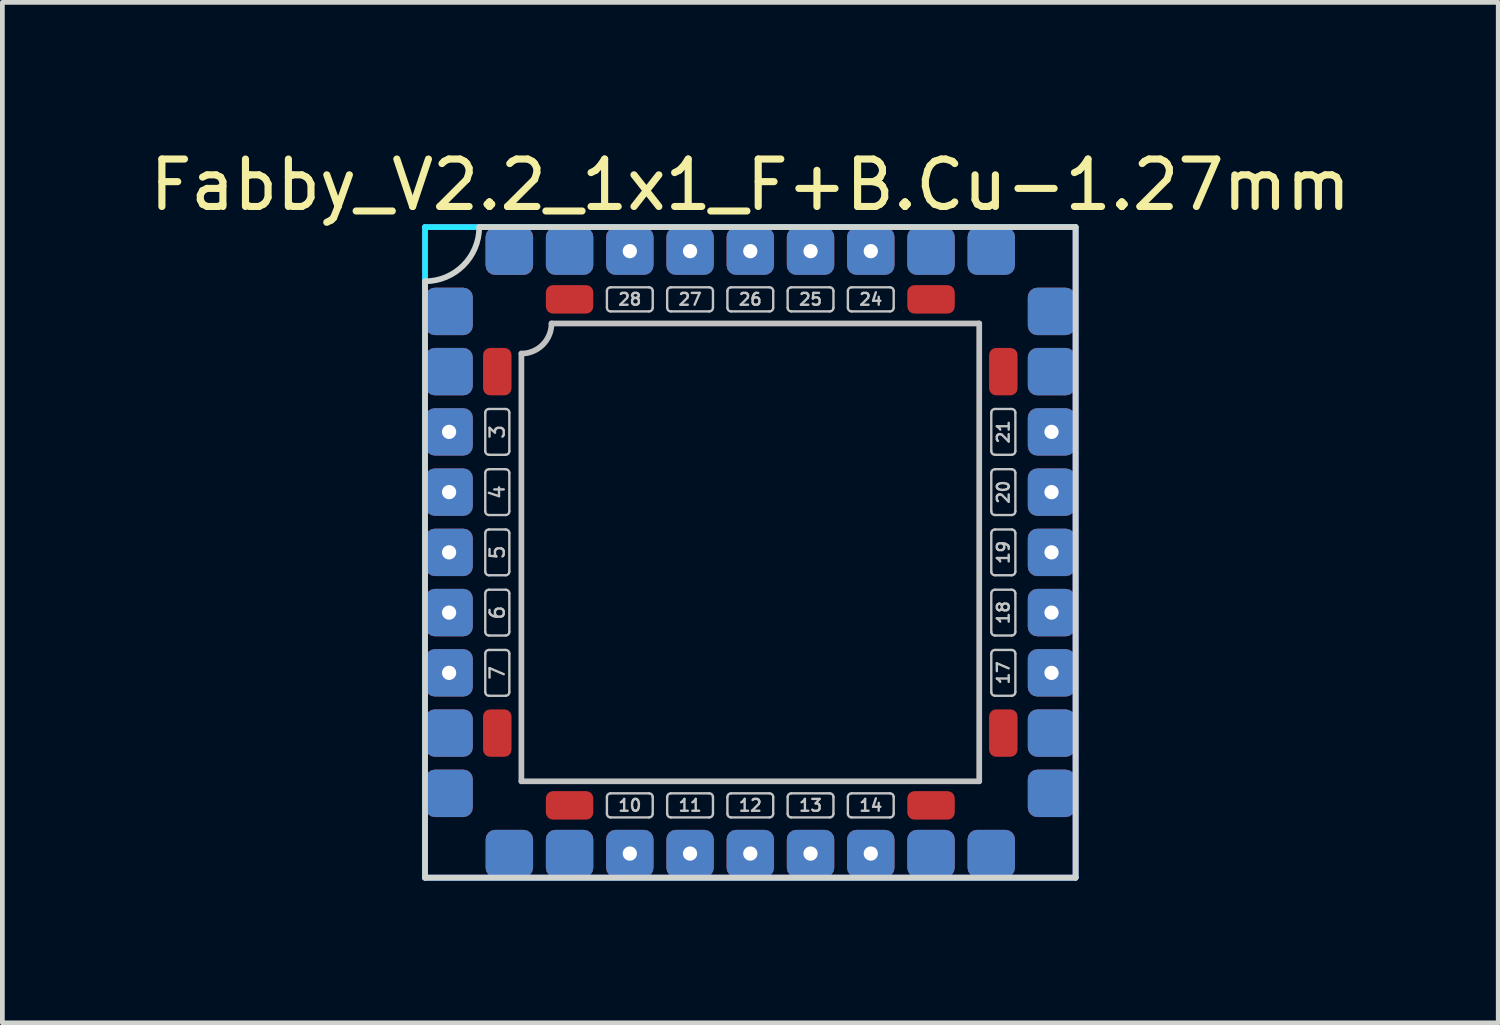
<source format=kicad_pcb>
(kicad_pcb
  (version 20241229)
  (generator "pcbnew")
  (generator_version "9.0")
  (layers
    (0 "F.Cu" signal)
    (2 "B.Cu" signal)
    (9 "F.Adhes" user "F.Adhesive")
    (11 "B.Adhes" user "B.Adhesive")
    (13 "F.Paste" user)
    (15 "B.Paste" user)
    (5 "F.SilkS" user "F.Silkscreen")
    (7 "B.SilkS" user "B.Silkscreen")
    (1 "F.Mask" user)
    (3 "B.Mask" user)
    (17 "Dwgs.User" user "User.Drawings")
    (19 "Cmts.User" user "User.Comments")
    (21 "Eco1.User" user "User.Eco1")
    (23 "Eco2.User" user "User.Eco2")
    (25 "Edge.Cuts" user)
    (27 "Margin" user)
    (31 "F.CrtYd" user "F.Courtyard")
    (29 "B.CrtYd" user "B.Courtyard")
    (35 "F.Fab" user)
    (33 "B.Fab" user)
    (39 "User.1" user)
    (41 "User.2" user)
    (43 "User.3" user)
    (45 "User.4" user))
  (footprint "Fabby_V2.2_1x1_F+B.Cu-1.27mm"
    (layer "F.Cu")
    (at 12.768 8.595)
    (property "Reference" "Fabby_V2.2_1x1_F+B.Cu-1.27mm" (at 0 -7.747 0) (layer "F.SilkS") (effects (font (size 1 1) (thickness 0.15))))
    (attr through_hole)
    (fp_line (start -5.588 -2.134) (end -5.588 -2.946) (stroke (width 0.05) (type solid)) (layer "Dwgs.User"))
    (fp_line (start -5.588 -0.864) (end -5.588 -1.676) (stroke (width 0.05) (type solid)) (layer "Dwgs.User"))
    (fp_line (start -5.588 0.406) (end -5.588 -0.406) (stroke (width 0.05) (type solid)) (layer "Dwgs.User"))
    (fp_line (start -5.588 1.676) (end -5.588 0.864) (stroke (width 0.05) (type solid)) (layer "Dwgs.User"))
    (fp_line (start -5.588 2.946) (end -5.588 2.134) (stroke (width 0.05) (type solid)) (layer "Dwgs.User"))
    (fp_line (start -5.512 -3.023) (end -5.156 -3.023) (stroke (width 0.05) (type solid)) (layer "Dwgs.User"))
    (fp_line (start -5.512 -2.057) (end -5.156 -2.057) (stroke (width 0.05) (type solid)) (layer "Dwgs.User"))
    (fp_line (start -5.512 -1.753) (end -5.156 -1.753) (stroke (width 0.05) (type solid)) (layer "Dwgs.User"))
    (fp_line (start -5.512 -0.787) (end -5.156 -0.787) (stroke (width 0.05) (type solid)) (layer "Dwgs.User"))
    (fp_line (start -5.512 -0.483) (end -5.156 -0.483) (stroke (width 0.05) (type solid)) (layer "Dwgs.User"))
    (fp_line (start -5.512 0.483) (end -5.156 0.483) (stroke (width 0.05) (type solid)) (layer "Dwgs.User"))
    (fp_line (start -5.512 0.787) (end -5.156 0.787) (stroke (width 0.05) (type solid)) (layer "Dwgs.User"))
    (fp_line (start -5.512 1.753) (end -5.156 1.753) (stroke (width 0.05) (type solid)) (layer "Dwgs.User"))
    (fp_line (start -5.512 2.057) (end -5.156 2.057) (stroke (width 0.05) (type solid)) (layer "Dwgs.User"))
    (fp_line (start -5.512 3.023) (end -5.156 3.023) (stroke (width 0.05) (type solid)) (layer "Dwgs.User"))
    (fp_line (start -5.08 -2.134) (end -5.08 -2.946) (stroke (width 0.05) (type solid)) (layer "Dwgs.User"))
    (fp_line (start -5.08 -0.864) (end -5.08 -1.676) (stroke (width 0.05) (type solid)) (layer "Dwgs.User"))
    (fp_line (start -5.08 0.406) (end -5.08 -0.406) (stroke (width 0.05) (type solid)) (layer "Dwgs.User"))
    (fp_line (start -5.08 1.676) (end -5.08 0.864) (stroke (width 0.05) (type solid)) (layer "Dwgs.User"))
    (fp_line (start -5.08 2.946) (end -5.08 2.134) (stroke (width 0.05) (type solid)) (layer "Dwgs.User"))
    (fp_line (start -4.826 4.826) (end -4.826 -4.191) (stroke (width 0.12) (type solid)) (layer "Dwgs.User"))
    (fp_line (start -4.191 -4.826) (end 4.826 -4.826) (stroke (width 0.12) (type solid)) (layer "Dwgs.User"))
    (fp_line (start -3.023 -5.156) (end -3.023 -5.512) (stroke (width 0.05) (type solid)) (layer "Dwgs.User"))
    (fp_line (start -3.023 5.512) (end -3.023 5.156) (stroke (width 0.05) (type solid)) (layer "Dwgs.User"))
    (fp_line (start -2.134 -5.588) (end -2.946 -5.588) (stroke (width 0.05) (type solid)) (layer "Dwgs.User"))
    (fp_line (start -2.134 -5.08) (end -2.946 -5.08) (stroke (width 0.05) (type solid)) (layer "Dwgs.User"))
    (fp_line (start -2.134 5.08) (end -2.946 5.08) (stroke (width 0.05) (type solid)) (layer "Dwgs.User"))
    (fp_line (start -2.134 5.588) (end -2.946 5.588) (stroke (width 0.05) (type solid)) (layer "Dwgs.User"))
    (fp_line (start -2.057 -5.156) (end -2.057 -5.512) (stroke (width 0.05) (type solid)) (layer "Dwgs.User"))
    (fp_line (start -2.057 5.512) (end -2.057 5.156) (stroke (width 0.05) (type solid)) (layer "Dwgs.User"))
    (fp_line (start -1.753 -5.156) (end -1.753 -5.512) (stroke (width 0.05) (type solid)) (layer "Dwgs.User"))
    (fp_line (start -1.753 5.512) (end -1.753 5.156) (stroke (width 0.05) (type solid)) (layer "Dwgs.User"))
    (fp_line (start -0.864 -5.588) (end -1.676 -5.588) (stroke (width 0.05) (type solid)) (layer "Dwgs.User"))
    (fp_line (start -0.864 -5.08) (end -1.676 -5.08) (stroke (width 0.05) (type solid)) (layer "Dwgs.User"))
    (fp_line (start -0.864 5.08) (end -1.676 5.08) (stroke (width 0.05) (type solid)) (layer "Dwgs.User"))
    (fp_line (start -0.864 5.588) (end -1.676 5.588) (stroke (width 0.05) (type solid)) (layer "Dwgs.User"))
    (fp_line (start -0.787 -5.156) (end -0.787 -5.512) (stroke (width 0.05) (type solid)) (layer "Dwgs.User"))
    (fp_line (start -0.787 5.512) (end -0.787 5.156) (stroke (width 0.05) (type solid)) (layer "Dwgs.User"))
    (fp_line (start -0.483 -5.156) (end -0.483 -5.512) (stroke (width 0.05) (type solid)) (layer "Dwgs.User"))
    (fp_line (start -0.483 5.512) (end -0.483 5.156) (stroke (width 0.05) (type solid)) (layer "Dwgs.User"))
    (fp_line (start 0.406 -5.588) (end -0.406 -5.588) (stroke (width 0.05) (type solid)) (layer "Dwgs.User"))
    (fp_line (start 0.406 -5.08) (end -0.406 -5.08) (stroke (width 0.05) (type solid)) (layer "Dwgs.User"))
    (fp_line (start 0.406 5.08) (end -0.406 5.08) (stroke (width 0.05) (type solid)) (layer "Dwgs.User"))
    (fp_line (start 0.406 5.588) (end -0.406 5.588) (stroke (width 0.05) (type solid)) (layer "Dwgs.User"))
    (fp_line (start 0.483 -5.156) (end 0.483 -5.512) (stroke (width 0.05) (type solid)) (layer "Dwgs.User"))
    (fp_line (start 0.483 5.512) (end 0.483 5.156) (stroke (width 0.05) (type solid)) (layer "Dwgs.User"))
    (fp_line (start 0.787 -5.156) (end 0.787 -5.512) (stroke (width 0.05) (type solid)) (layer "Dwgs.User"))
    (fp_line (start 0.787 5.512) (end 0.787 5.156) (stroke (width 0.05) (type solid)) (layer "Dwgs.User"))
    (fp_line (start 1.676 -5.588) (end 0.864 -5.588) (stroke (width 0.05) (type solid)) (layer "Dwgs.User"))
    (fp_line (start 1.676 -5.08) (end 0.864 -5.08) (stroke (width 0.05) (type solid)) (layer "Dwgs.User"))
    (fp_line (start 1.676 5.08) (end 0.864 5.08) (stroke (width 0.05) (type solid)) (layer "Dwgs.User"))
    (fp_line (start 1.676 5.588) (end 0.864 5.588) (stroke (width 0.05) (type solid)) (layer "Dwgs.User"))
    (fp_line (start 1.753 -5.156) (end 1.753 -5.512) (stroke (width 0.05) (type solid)) (layer "Dwgs.User"))
    (fp_line (start 1.753 5.512) (end 1.753 5.156) (stroke (width 0.05) (type solid)) (layer "Dwgs.User"))
    (fp_line (start 2.057 -5.156) (end 2.057 -5.512) (stroke (width 0.05) (type solid)) (layer "Dwgs.User"))
    (fp_line (start 2.057 5.512) (end 2.057 5.156) (stroke (width 0.05) (type solid)) (layer "Dwgs.User"))
    (fp_line (start 2.946 -5.588) (end 2.134 -5.588) (stroke (width 0.05) (type solid)) (layer "Dwgs.User"))
    (fp_line (start 2.946 -5.08) (end 2.134 -5.08) (stroke (width 0.05) (type solid)) (layer "Dwgs.User"))
    (fp_line (start 2.946 5.08) (end 2.134 5.08) (stroke (width 0.05) (type solid)) (layer "Dwgs.User"))
    (fp_line (start 2.946 5.588) (end 2.134 5.588) (stroke (width 0.05) (type solid)) (layer "Dwgs.User"))
    (fp_line (start 3.023 -5.156) (end 3.023 -5.512) (stroke (width 0.05) (type solid)) (layer "Dwgs.User"))
    (fp_line (start 3.023 5.512) (end 3.023 5.156) (stroke (width 0.05) (type solid)) (layer "Dwgs.User"))
    (fp_line (start 4.826 -4.826) (end 4.826 4.826) (stroke (width 0.12) (type solid)) (layer "Dwgs.User"))
    (fp_line (start 4.826 4.826) (end -4.826 4.826) (stroke (width 0.12) (type solid)) (layer "Dwgs.User"))
    (fp_line (start 5.08 -2.134) (end 5.08 -2.946) (stroke (width 0.05) (type solid)) (layer "Dwgs.User"))
    (fp_line (start 5.08 -0.864) (end 5.08 -1.676) (stroke (width 0.05) (type solid)) (layer "Dwgs.User"))
    (fp_line (start 5.08 0.406) (end 5.08 -0.406) (stroke (width 0.05) (type solid)) (layer "Dwgs.User"))
    (fp_line (start 5.08 1.676) (end 5.08 0.864) (stroke (width 0.05) (type solid)) (layer "Dwgs.User"))
    (fp_line (start 5.08 2.946) (end 5.08 2.134) (stroke (width 0.05) (type solid)) (layer "Dwgs.User"))
    (fp_line (start 5.156 -3.023) (end 5.512 -3.023) (stroke (width 0.05) (type solid)) (layer "Dwgs.User"))
    (fp_line (start 5.156 -2.057) (end 5.512 -2.057) (stroke (width 0.05) (type solid)) (layer "Dwgs.User"))
    (fp_line (start 5.156 -1.753) (end 5.512 -1.753) (stroke (width 0.05) (type solid)) (layer "Dwgs.User"))
    (fp_line (start 5.156 -0.787) (end 5.512 -0.787) (stroke (width 0.05) (type solid)) (layer "Dwgs.User"))
    (fp_line (start 5.156 -0.483) (end 5.512 -0.483) (stroke (width 0.05) (type solid)) (layer "Dwgs.User"))
    (fp_line (start 5.156 0.483) (end 5.512 0.483) (stroke (width 0.05) (type solid)) (layer "Dwgs.User"))
    (fp_line (start 5.156 0.787) (end 5.512 0.787) (stroke (width 0.05) (type solid)) (layer "Dwgs.User"))
    (fp_line (start 5.156 1.753) (end 5.512 1.753) (stroke (width 0.05) (type solid)) (layer "Dwgs.User"))
    (fp_line (start 5.156 2.057) (end 5.512 2.057) (stroke (width 0.05) (type solid)) (layer "Dwgs.User"))
    (fp_line (start 5.156 3.023) (end 5.512 3.023) (stroke (width 0.05) (type solid)) (layer "Dwgs.User"))
    (fp_line (start 5.588 -2.134) (end 5.588 -2.946) (stroke (width 0.05) (type solid)) (layer "Dwgs.User"))
    (fp_line (start 5.588 -0.864) (end 5.588 -1.676) (stroke (width 0.05) (type solid)) (layer "Dwgs.User"))
    (fp_line (start 5.588 0.406) (end 5.588 -0.406) (stroke (width 0.05) (type solid)) (layer "Dwgs.User"))
    (fp_line (start 5.588 1.676) (end 5.588 0.864) (stroke (width 0.05) (type solid)) (layer "Dwgs.User"))
    (fp_line (start 5.588 2.946) (end 5.588 2.134) (stroke (width 0.05) (type solid)) (layer "Dwgs.User"))
    (fp_arc (start -5.588 -2.9464) (mid -5.565682 -3.000282) (end -5.5118 -3.0226) (stroke (width 0.05) (type solid)) (layer "Dwgs.User"))
    (fp_arc (start -5.588 -1.6764) (mid -5.565682 -1.730282) (end -5.5118 -1.7526) (stroke (width 0.05) (type solid)) (layer "Dwgs.User"))
    (fp_arc (start -5.588 -0.4064) (mid -5.565682 -0.460282) (end -5.5118 -0.4826) (stroke (width 0.05) (type solid)) (layer "Dwgs.User"))
    (fp_arc (start -5.588 0.8636) (mid -5.565682 0.809718) (end -5.5118 0.7874) (stroke (width 0.05) (type solid)) (layer "Dwgs.User"))
    (fp_arc (start -5.588 2.1336) (mid -5.565682 2.079718) (end -5.5118 2.0574) (stroke (width 0.05) (type solid)) (layer "Dwgs.User"))
    (fp_arc (start -5.5118 -2.0574) (mid -5.565682 -2.079718) (end -5.588 -2.1336) (stroke (width 0.05) (type solid)) (layer "Dwgs.User"))
    (fp_arc (start -5.5118 -0.7874) (mid -5.565682 -0.809718) (end -5.588 -0.8636) (stroke (width 0.05) (type solid)) (layer "Dwgs.User"))
    (fp_arc (start -5.5118 0.4826) (mid -5.565682 0.460282) (end -5.588 0.4064) (stroke (width 0.05) (type solid)) (layer "Dwgs.User"))
    (fp_arc (start -5.5118 1.7526) (mid -5.565682 1.730282) (end -5.588 1.6764) (stroke (width 0.05) (type solid)) (layer "Dwgs.User"))
    (fp_arc (start -5.5118 3.0226) (mid -5.565682 3.000282) (end -5.588 2.9464) (stroke (width 0.05) (type solid)) (layer "Dwgs.User"))
    (fp_arc (start -5.1562 -3.0226) (mid -5.102318 -3.000282) (end -5.08 -2.9464) (stroke (width 0.05) (type solid)) (layer "Dwgs.User"))
    (fp_arc (start -5.1562 -1.7526) (mid -5.102318 -1.730282) (end -5.08 -1.6764) (stroke (width 0.05) (type solid)) (layer "Dwgs.User"))
    (fp_arc (start -5.1562 -0.4826) (mid -5.102318 -0.460282) (end -5.08 -0.4064) (stroke (width 0.05) (type solid)) (layer "Dwgs.User"))
    (fp_arc (start -5.1562 0.7874) (mid -5.102318 0.809718) (end -5.08 0.8636) (stroke (width 0.05) (type solid)) (layer "Dwgs.User"))
    (fp_arc (start -5.1562 2.0574) (mid -5.102318 2.079718) (end -5.08 2.1336) (stroke (width 0.05) (type solid)) (layer "Dwgs.User"))
    (fp_arc (start -5.08 -2.1336) (mid -5.102318 -2.079718) (end -5.1562 -2.0574) (stroke (width 0.05) (type solid)) (layer "Dwgs.User"))
    (fp_arc (start -5.08 -0.8636) (mid -5.102318 -0.809718) (end -5.1562 -0.7874) (stroke (width 0.05) (type solid)) (layer "Dwgs.User"))
    (fp_arc (start -5.08 0.4064) (mid -5.102318 0.460282) (end -5.1562 0.4826) (stroke (width 0.05) (type solid)) (layer "Dwgs.User"))
    (fp_arc (start -5.08 1.6764) (mid -5.102318 1.730282) (end -5.1562 1.7526) (stroke (width 0.05) (type solid)) (layer "Dwgs.User"))
    (fp_arc (start -5.08 2.9464) (mid -5.102318 3.000282) (end -5.1562 3.0226) (stroke (width 0.05) (type solid)) (layer "Dwgs.User"))
    (fp_arc (start -4.191 -4.826) (mid -4.376987 -4.376987) (end -4.826 -4.191) (stroke (width 0.12) (type solid)) (layer "Dwgs.User"))
    (fp_arc (start -3.0226 -5.5118) (mid -3.000282 -5.565682) (end -2.9464 -5.588) (stroke (width 0.05) (type solid)) (layer "Dwgs.User"))
    (fp_arc (start -3.0226 5.1562) (mid -3.000282 5.102318) (end -2.9464 5.08) (stroke (width 0.05) (type solid)) (layer "Dwgs.User"))
    (fp_arc (start -2.9464 -5.08) (mid -3.000282 -5.102318) (end -3.0226 -5.1562) (stroke (width 0.05) (type solid)) (layer "Dwgs.User"))
    (fp_arc (start -2.9464 5.588) (mid -3.000282 5.565682) (end -3.0226 5.5118) (stroke (width 0.05) (type solid)) (layer "Dwgs.User"))
    (fp_arc (start -2.1336 -5.588) (mid -2.079718 -5.565682) (end -2.0574 -5.5118) (stroke (width 0.05) (type solid)) (layer "Dwgs.User"))
    (fp_arc (start -2.1336 5.08) (mid -2.079718 5.102318) (end -2.0574 5.1562) (stroke (width 0.05) (type solid)) (layer "Dwgs.User"))
    (fp_arc (start -2.0574 -5.1562) (mid -2.079718 -5.102318) (end -2.1336 -5.08) (stroke (width 0.05) (type solid)) (layer "Dwgs.User"))
    (fp_arc (start -2.0574 5.5118) (mid -2.079718 5.565682) (end -2.1336 5.588) (stroke (width 0.05) (type solid)) (layer "Dwgs.User"))
    (fp_arc (start -1.7526 -5.5118) (mid -1.730282 -5.565682) (end -1.6764 -5.588) (stroke (width 0.05) (type solid)) (layer "Dwgs.User"))
    (fp_arc (start -1.7526 5.1562) (mid -1.730282 5.102318) (end -1.6764 5.08) (stroke (width 0.05) (type solid)) (layer "Dwgs.User"))
    (fp_arc (start -1.6764 -5.08) (mid -1.730282 -5.102318) (end -1.7526 -5.1562) (stroke (width 0.05) (type solid)) (layer "Dwgs.User"))
    (fp_arc (start -1.6764 5.588) (mid -1.730282 5.565682) (end -1.7526 5.5118) (stroke (width 0.05) (type solid)) (layer "Dwgs.User"))
    (fp_arc (start -0.8636 -5.588) (mid -0.809718 -5.565682) (end -0.7874 -5.5118) (stroke (width 0.05) (type solid)) (layer "Dwgs.User"))
    (fp_arc (start -0.8636 5.08) (mid -0.809718 5.102318) (end -0.7874 5.1562) (stroke (width 0.05) (type solid)) (layer "Dwgs.User"))
    (fp_arc (start -0.7874 -5.1562) (mid -0.809718 -5.102318) (end -0.8636 -5.08) (stroke (width 0.05) (type solid)) (layer "Dwgs.User"))
    (fp_arc (start -0.7874 5.5118) (mid -0.809718 5.565682) (end -0.8636 5.588) (stroke (width 0.05) (type solid)) (layer "Dwgs.User"))
    (fp_arc (start -0.4826 -5.5118) (mid -0.460282 -5.565682) (end -0.4064 -5.588) (stroke (width 0.05) (type solid)) (layer "Dwgs.User"))
    (fp_arc (start -0.4826 5.1562) (mid -0.460282 5.102318) (end -0.4064 5.08) (stroke (width 0.05) (type solid)) (layer "Dwgs.User"))
    (fp_arc (start -0.4064 -5.08) (mid -0.460282 -5.102318) (end -0.4826 -5.1562) (stroke (width 0.05) (type solid)) (layer "Dwgs.User"))
    (fp_arc (start -0.4064 5.588) (mid -0.460282 5.565682) (end -0.4826 5.5118) (stroke (width 0.05) (type solid)) (layer "Dwgs.User"))
    (fp_arc (start 0.4064 -5.588) (mid 0.460282 -5.565682) (end 0.4826 -5.5118) (stroke (width 0.05) (type solid)) (layer "Dwgs.User"))
    (fp_arc (start 0.4064 5.08) (mid 0.460282 5.102318) (end 0.4826 5.1562) (stroke (width 0.05) (type solid)) (layer "Dwgs.User"))
    (fp_arc (start 0.4826 -5.1562) (mid 0.460282 -5.102318) (end 0.4064 -5.08) (stroke (width 0.05) (type solid)) (layer "Dwgs.User"))
    (fp_arc (start 0.4826 5.5118) (mid 0.460282 5.565682) (end 0.4064 5.588) (stroke (width 0.05) (type solid)) (layer "Dwgs.User"))
    (fp_arc (start 0.7874 -5.5118) (mid 0.809718 -5.565682) (end 0.8636 -5.588) (stroke (width 0.05) (type solid)) (layer "Dwgs.User"))
    (fp_arc (start 0.7874 5.1562) (mid 0.809718 5.102318) (end 0.8636 5.08) (stroke (width 0.05) (type solid)) (layer "Dwgs.User"))
    (fp_arc (start 0.8636 -5.08) (mid 0.809718 -5.102318) (end 0.7874 -5.1562) (stroke (width 0.05) (type solid)) (layer "Dwgs.User"))
    (fp_arc (start 0.8636 5.588) (mid 0.809718 5.565682) (end 0.7874 5.5118) (stroke (width 0.05) (type solid)) (layer "Dwgs.User"))
    (fp_arc (start 1.6764 -5.588) (mid 1.730282 -5.565682) (end 1.7526 -5.5118) (stroke (width 0.05) (type solid)) (layer "Dwgs.User"))
    (fp_arc (start 1.6764 5.08) (mid 1.730282 5.102318) (end 1.7526 5.1562) (stroke (width 0.05) (type solid)) (layer "Dwgs.User"))
    (fp_arc (start 1.7526 -5.1562) (mid 1.730282 -5.102318) (end 1.6764 -5.08) (stroke (width 0.05) (type solid)) (layer "Dwgs.User"))
    (fp_arc (start 1.7526 5.5118) (mid 1.730282 5.565682) (end 1.6764 5.588) (stroke (width 0.05) (type solid)) (layer "Dwgs.User"))
    (fp_arc (start 2.0574 -5.5118) (mid 2.079718 -5.565682) (end 2.1336 -5.588) (stroke (width 0.05) (type solid)) (layer "Dwgs.User"))
    (fp_arc (start 2.0574 5.1562) (mid 2.079718 5.102318) (end 2.1336 5.08) (stroke (width 0.05) (type solid)) (layer "Dwgs.User"))
    (fp_arc (start 2.1336 -5.08) (mid 2.079718 -5.102318) (end 2.0574 -5.1562) (stroke (width 0.05) (type solid)) (layer "Dwgs.User"))
    (fp_arc (start 2.1336 5.588) (mid 2.079718 5.565682) (end 2.0574 5.5118) (stroke (width 0.05) (type solid)) (layer "Dwgs.User"))
    (fp_arc (start 2.9464 -5.588) (mid 3.000282 -5.565682) (end 3.0226 -5.5118) (stroke (width 0.05) (type solid)) (layer "Dwgs.User"))
    (fp_arc (start 2.9464 5.08) (mid 3.000282 5.102318) (end 3.0226 5.1562) (stroke (width 0.05) (type solid)) (layer "Dwgs.User"))
    (fp_arc (start 3.0226 -5.1562) (mid 3.000282 -5.102318) (end 2.9464 -5.08) (stroke (width 0.05) (type solid)) (layer "Dwgs.User"))
    (fp_arc (start 3.0226 5.5118) (mid 3.000282 5.565682) (end 2.9464 5.588) (stroke (width 0.05) (type solid)) (layer "Dwgs.User"))
    (fp_arc (start 5.08 -2.9464) (mid 5.102318 -3.000282) (end 5.1562 -3.0226) (stroke (width 0.05) (type solid)) (layer "Dwgs.User"))
    (fp_arc (start 5.08 -1.6764) (mid 5.102318 -1.730282) (end 5.1562 -1.7526) (stroke (width 0.05) (type solid)) (layer "Dwgs.User"))
    (fp_arc (start 5.08 -0.4064) (mid 5.102318 -0.460282) (end 5.1562 -0.4826) (stroke (width 0.05) (type solid)) (layer "Dwgs.User"))
    (fp_arc (start 5.08 0.8636) (mid 5.102318 0.809718) (end 5.1562 0.7874) (stroke (width 0.05) (type solid)) (layer "Dwgs.User"))
    (fp_arc (start 5.08 2.1336) (mid 5.102318 2.079718) (end 5.1562 2.0574) (stroke (width 0.05) (type solid)) (layer "Dwgs.User"))
    (fp_arc (start 5.1562 -2.0574) (mid 5.102318 -2.079718) (end 5.08 -2.1336) (stroke (width 0.05) (type solid)) (layer "Dwgs.User"))
    (fp_arc (start 5.1562 -0.7874) (mid 5.102318 -0.809718) (end 5.08 -0.8636) (stroke (width 0.05) (type solid)) (layer "Dwgs.User"))
    (fp_arc (start 5.1562 0.4826) (mid 5.102318 0.460282) (end 5.08 0.4064) (stroke (width 0.05) (type solid)) (layer "Dwgs.User"))
    (fp_arc (start 5.1562 1.7526) (mid 5.102318 1.730282) (end 5.08 1.6764) (stroke (width 0.05) (type solid)) (layer "Dwgs.User"))
    (fp_arc (start 5.1562 3.0226) (mid 5.102318 3.000282) (end 5.08 2.9464) (stroke (width 0.05) (type solid)) (layer "Dwgs.User"))
    (fp_arc (start 5.5118 -3.0226) (mid 5.565682 -3.000282) (end 5.588 -2.9464) (stroke (width 0.05) (type solid)) (layer "Dwgs.User"))
    (fp_arc (start 5.5118 -1.7526) (mid 5.565682 -1.730282) (end 5.588 -1.6764) (stroke (width 0.05) (type solid)) (layer "Dwgs.User"))
    (fp_arc (start 5.5118 -0.4826) (mid 5.565682 -0.460282) (end 5.588 -0.4064) (stroke (width 0.05) (type solid)) (layer "Dwgs.User"))
    (fp_arc (start 5.5118 0.7874) (mid 5.565682 0.809718) (end 5.588 0.8636) (stroke (width 0.05) (type solid)) (layer "Dwgs.User"))
    (fp_arc (start 5.5118 2.0574) (mid 5.565682 2.079718) (end 5.588 2.1336) (stroke (width 0.05) (type solid)) (layer "Dwgs.User"))
    (fp_arc (start 5.588 -2.1336) (mid 5.565682 -2.079718) (end 5.5118 -2.0574) (stroke (width 0.05) (type solid)) (layer "Dwgs.User"))
    (fp_arc (start 5.588 -0.8636) (mid 5.565682 -0.809718) (end 5.5118 -0.7874) (stroke (width 0.05) (type solid)) (layer "Dwgs.User"))
    (fp_arc (start 5.588 0.4064) (mid 5.565682 0.460282) (end 5.5118 0.4826) (stroke (width 0.05) (type solid)) (layer "Dwgs.User"))
    (fp_arc (start 5.588 1.6764) (mid 5.565682 1.730282) (end 5.5118 1.7526) (stroke (width 0.05) (type solid)) (layer "Dwgs.User"))
    (fp_arc (start 5.588 2.9464) (mid 5.565682 3.000282) (end 5.5118 3.0226) (stroke (width 0.05) (type solid)) (layer "Dwgs.User"))
    (fp_line (start -6.858 -5.715) (end -6.858 6.858) (stroke (width 0.12) (type solid)) (layer "Edge.Cuts"))
    (fp_line (start -6.858 6.858) (end 6.858 6.858) (stroke (width 0.12) (type solid)) (layer "Edge.Cuts"))
    (fp_line (start -5.715 -6.858) (end 6.858 -6.858) (stroke (width 0.12) (type solid)) (layer "Edge.Cuts"))
    (fp_line (start 6.858 -6.858) (end 6.858 6.858) (stroke (width 0.12) (type solid)) (layer "Edge.Cuts"))
    (fp_arc (start -5.715 -6.858) (mid -6.049777 -6.049777) (end -6.858 -5.715) (stroke (width 0.12) (type solid)) (layer "Edge.Cuts"))
    (fp_line (start -6.858 -6.858) (end 6.858 -6.858) (stroke (width 0.12) (type solid)) (layer "B.CrtYd"))
    (fp_line (start -6.858 6.858) (end -6.858 -6.858) (stroke (width 0.12) (type solid)) (layer "B.CrtYd"))
    (fp_line (start 6.858 -6.858) (end 6.858 6.858) (stroke (width 0.12) (type solid)) (layer "B.CrtYd"))
    (fp_line (start 6.858 6.858) (end -6.858 6.858) (stroke (width 0.12) (type solid)) (layer "B.CrtYd"))
    (fp_line (start -6.858 -6.858) (end 6.858 -6.858) (stroke (width 0.12) (type solid)) (layer "F.CrtYd"))
    (fp_line (start -6.858 6.858) (end -6.858 -6.858) (stroke (width 0.12) (type solid)) (layer "F.CrtYd"))
    (fp_line (start 6.858 -6.858) (end 6.858 6.858) (stroke (width 0.12) (type solid)) (layer "F.CrtYd"))
    (fp_line (start 6.858 6.858) (end -6.858 6.858) (stroke (width 0.12) (type solid)) (layer "F.CrtYd"))
    (fp_text user "7" (at -5.334 2.54 90) (layer "Dwgs.User") (effects (font (size 0.3 0.3) (thickness 0.05))))
    (fp_text user "27" (at -1.27 -5.334 0) (layer "Dwgs.User") (effects (font (size 0.25 0.25) (thickness 0.05))))
    (fp_text user "21" (at 5.334 -2.54 270) (layer "Dwgs.User") (effects (font (size 0.25 0.25) (thickness 0.05))))
    (fp_text user "13" (at 1.27 5.334 0) (layer "Dwgs.User") (effects (font (size 0.25 0.25) (thickness 0.05))))
    (fp_text user "19" (at 5.334 0 270) (layer "Dwgs.User") (effects (font (size 0.25 0.25) (thickness 0.05))))
    (fp_text user "18" (at 5.334 1.27 270) (layer "Dwgs.User") (effects (font (size 0.25 0.25) (thickness 0.05))))
    (fp_text user "4" (at -5.334 -1.27 90) (layer "Dwgs.User") (effects (font (size 0.3 0.3) (thickness 0.05))))
    (fp_text user "10" (at -2.54 5.334 0) (layer "Dwgs.User") (effects (font (size 0.25 0.25) (thickness 0.05))))
    (fp_text user "3" (at -5.334 -2.54 90) (layer "Dwgs.User") (effects (font (size 0.3 0.3) (thickness 0.05))))
    (fp_text user "11" (at -1.27 5.334 0) (layer "Dwgs.User") (effects (font (size 0.25 0.25) (thickness 0.05))))
    (fp_text user "24" (at 2.54 -5.334 0) (layer "Dwgs.User") (effects (font (size 0.25 0.25) (thickness 0.05))))
    (fp_text user "5" (at -5.334 0 90) (layer "Dwgs.User") (effects (font (size 0.3 0.3) (thickness 0.05))))
    (fp_text user "12" (at 0 5.334 0) (layer "Dwgs.User") (effects (font (size 0.25 0.25) (thickness 0.05))))
    (fp_text user "14" (at 2.54 5.334 0) (layer "Dwgs.User") (effects (font (size 0.25 0.25) (thickness 0.05))))
    (fp_text user "17" (at 5.334 2.54 270) (layer "Dwgs.User") (effects (font (size 0.25 0.25) (thickness 0.05))))
    (fp_text user "20" (at 5.334 -1.27 270) (layer "Dwgs.User") (effects (font (size 0.25 0.25) (thickness 0.05))))
    (fp_text user "28" (at -2.54 -5.334 0) (layer "Dwgs.User") (effects (font (size 0.25 0.25) (thickness 0.05))))
    (fp_text user "25" (at 1.27 -5.334 0) (layer "Dwgs.User") (effects (font (size 0.25 0.25) (thickness 0.05))))
    (fp_text user "26" (at 0 -5.334 0) (layer "Dwgs.User") (effects (font (size 0.25 0.25) (thickness 0.05))))
    (fp_text user "6" (at -5.334 1.27 90) (layer "Dwgs.User") (effects (font (size 0.3 0.3) (thickness 0.05))))
    (pad "" smd roundrect (at -6.35 -5.08 270) (size 1 1) (layers "B.Cu" "B.Mask" "B.Paste") (roundrect_rratio 0.2))
    (pad "" smd roundrect (at -6.35 -3.81 270) (size 1 1) (layers "F.Cu" "F.Mask" "F.Paste") (roundrect_rratio 0.2))
    (pad "" smd roundrect (at -6.35 -3.81 270) (size 1 1) (layers "B.Cu" "B.Mask" "B.Paste") (roundrect_rratio 0.2))
    (pad "" smd roundrect (at -6.35 3.81 270) (size 1 1) (layers "F.Cu" "F.Mask" "F.Paste") (roundrect_rratio 0.2))
    (pad "" smd roundrect (at -6.35 3.81 270) (size 1 1) (layers "B.Cu" "B.Mask" "B.Paste") (roundrect_rratio 0.2))
    (pad "" smd roundrect (at -6.35 5.08 270) (size 1 1) (layers "B.Cu" "B.Mask" "B.Paste") (roundrect_rratio 0.2))
    (pad "" smd roundrect (at -5.08 -6.35 270) (size 1 1) (layers "B.Cu" "B.Mask" "B.Paste") (roundrect_rratio 0.2))
    (pad "" smd roundrect (at -5.08 6.35 270) (size 1 1) (layers "B.Cu" "B.Mask" "B.Paste") (roundrect_rratio 0.2))
    (pad "" smd roundrect (at -3.81 -6.35 270) (size 1 1) (layers "F.Cu" "F.Mask" "F.Paste") (roundrect_rratio 0.2))
    (pad "" smd roundrect (at -3.81 -6.35 270) (size 1 1) (layers "B.Cu" "B.Mask" "B.Paste") (roundrect_rratio 0.2))
    (pad "" smd roundrect (at -3.81 6.35 270) (size 1 1) (layers "F.Cu" "F.Mask" "F.Paste") (roundrect_rratio 0.2))
    (pad "" smd roundrect (at -3.81 6.35 270) (size 1 1) (layers "B.Cu" "B.Mask" "B.Paste") (roundrect_rratio 0.2))
    (pad "" smd roundrect (at 3.81 -6.35 270) (size 1 1) (layers "F.Cu" "F.Mask" "F.Paste") (roundrect_rratio 0.2))
    (pad "" smd roundrect (at 3.81 -6.35 270) (size 1 1) (layers "B.Cu" "B.Mask" "B.Paste") (roundrect_rratio 0.2))
    (pad "" smd roundrect (at 3.81 6.35 270) (size 1 1) (layers "F.Cu" "F.Mask" "F.Paste") (roundrect_rratio 0.2))
    (pad "" smd roundrect (at 3.81 6.35 270) (size 1 1) (layers "B.Cu" "B.Mask" "B.Paste") (roundrect_rratio 0.2))
    (pad "" smd roundrect (at 5.08 -6.35 270) (size 1 1) (layers "B.Cu" "B.Mask" "B.Paste") (roundrect_rratio 0.2))
    (pad "" smd roundrect (at 5.08 6.35 270) (size 1 1) (layers "B.Cu" "B.Mask" "B.Paste") (roundrect_rratio 0.2))
    (pad "" smd roundrect (at 6.35 -5.08 270) (size 1 1) (layers "B.Cu" "B.Mask" "B.Paste") (roundrect_rratio 0.2))
    (pad "" smd roundrect (at 6.35 -3.81 270) (size 1 1) (layers "F.Cu" "F.Mask" "F.Paste") (roundrect_rratio 0.2))
    (pad "" smd roundrect (at 6.35 -3.81 270) (size 1 1) (layers "B.Cu" "B.Mask" "B.Paste") (roundrect_rratio 0.2))
    (pad "" smd roundrect (at 6.35 3.81 270) (size 1 1) (layers "F.Cu" "F.Mask" "F.Paste") (roundrect_rratio 0.2))
    (pad "" smd roundrect (at 6.35 3.81 270) (size 1 1) (layers "B.Cu" "B.Mask" "B.Paste") (roundrect_rratio 0.2))
    (pad "" smd roundrect (at 6.35 5.08 270) (size 1 1) (layers "B.Cu" "B.Mask" "B.Paste") (roundrect_rratio 0.2))
    (pad "1" smd roundrect (at -6.35 -5.08 270) (size 1 1) (layers "F.Cu" "F.Mask" "F.Paste") (roundrect_rratio 0.2))
    (pad "1" smd roundrect (at -6.35 5.08 270) (size 1 1) (layers "F.Cu" "F.Mask" "F.Paste") (roundrect_rratio 0.2))
    (pad "1" smd roundrect (at -5.08 -6.35 270) (size 1 1) (layers "F.Cu" "F.Mask" "F.Paste") (roundrect_rratio 0.2))
    (pad "1" smd roundrect (at -5.08 -6.35 270) (size 1 1) (layers "F.Cu" "F.Mask" "F.Paste") (roundrect_rratio 0.2))
    (pad "1" smd roundrect (at -5.08 6.35 270) (size 1 1) (layers "F.Cu" "F.Mask" "F.Paste") (roundrect_rratio 0.2))
    (pad "1" smd roundrect (at 5.08 -6.35 270) (size 1 1) (layers "F.Cu" "F.Mask" "F.Paste") (roundrect_rratio 0.2))
    (pad "1" smd roundrect (at 5.08 6.35 270) (size 1 1) (layers "F.Cu" "F.Mask" "F.Paste") (roundrect_rratio 0.2))
    (pad "1" smd roundrect (at 6.35 -5.08 270) (size 1 1) (layers "F.Cu" "F.Mask" "F.Paste") (roundrect_rratio 0.2))
    (pad "1" smd roundrect (at 6.35 5.08 270) (size 1 1) (layers "F.Cu" "F.Mask" "F.Paste") (roundrect_rratio 0.2))
    (pad "2" smd roundrect (at -5.334 -3.81) (size 0.6 1) (layers "F.Cu" "F.Mask" "F.Paste") (roundrect_rratio 0.25))
    (pad "3" thru_hole circle (at -6.35 -2.54) (size 0.6 0.6) (drill 0.3) (layers "*.Cu" "*.Mask"))
    (pad "3" smd roundrect (at -6.35 -2.54 270) (size 1 1) (layers "F.Cu" "F.Mask" "F.Paste") (roundrect_rratio 0.2))
    (pad "3" smd roundrect (at -6.35 -2.54 270) (size 1 1) (layers "B.Cu" "B.Mask" "B.Paste") (roundrect_rratio 0.2))
    (pad "4" thru_hole circle (at -6.35 -1.27) (size 0.6 0.6) (drill 0.3) (layers "*.Cu" "*.Mask"))
    (pad "4" smd roundrect (at -6.35 -1.27 270) (size 1 1) (layers "F.Cu" "F.Mask" "F.Paste") (roundrect_rratio 0.2))
    (pad "4" smd roundrect (at -6.35 -1.27 270) (size 1 1) (layers "B.Cu" "B.Mask" "B.Paste") (roundrect_rratio 0.2))
    (pad "5" thru_hole circle (at -6.35 0) (size 0.6 0.6) (drill 0.3) (layers "*.Cu" "*.Mask"))
    (pad "5" smd roundrect (at -6.35 0 270) (size 1 1) (layers "F.Cu" "F.Mask" "F.Paste") (roundrect_rratio 0.2))
    (pad "5" smd roundrect (at -6.35 0 270) (size 1 1) (layers "B.Cu" "B.Mask" "B.Paste") (roundrect_rratio 0.2))
    (pad "6" thru_hole circle (at -6.35 1.27) (size 0.6 0.6) (drill 0.3) (layers "*.Cu" "*.Mask"))
    (pad "6" smd roundrect (at -6.35 1.27 270) (size 1 1) (layers "F.Cu" "F.Mask" "F.Paste") (roundrect_rratio 0.2))
    (pad "6" smd roundrect (at -6.35 1.27 270) (size 1 1) (layers "B.Cu" "B.Mask" "B.Paste") (roundrect_rratio 0.2))
    (pad "7" thru_hole circle (at -6.35 2.54) (size 0.6 0.6) (drill 0.3) (layers "*.Cu" "*.Mask"))
    (pad "7" smd roundrect (at -6.35 2.54 270) (size 1 1) (layers "F.Cu" "F.Mask" "F.Paste") (roundrect_rratio 0.2))
    (pad "7" smd roundrect (at -6.35 2.54 270) (size 1 1) (layers "B.Cu" "B.Mask" "B.Paste") (roundrect_rratio 0.2))
    (pad "8" smd roundrect (at -5.334 3.81) (size 0.6 1) (layers "F.Cu" "F.Mask" "F.Paste") (roundrect_rratio 0.25))
    (pad "9" smd roundrect (at -3.81 5.334 90) (size 0.6 1) (layers "F.Cu" "F.Mask" "F.Paste") (roundrect_rratio 0.25))
    (pad "10" thru_hole circle (at -2.54 6.35) (size 0.6 0.6) (drill 0.3) (layers "*.Cu" "*.Mask"))
    (pad "10" smd roundrect (at -2.54 6.35 270) (size 1 1) (layers "F.Cu" "F.Mask" "F.Paste") (roundrect_rratio 0.2))
    (pad "10" smd roundrect (at -2.54 6.35 270) (size 1 1) (layers "B.Cu" "B.Mask" "B.Paste") (roundrect_rratio 0.2))
    (pad "11" thru_hole circle (at -1.27 6.35) (size 0.6 0.6) (drill 0.3) (layers "*.Cu" "*.Mask"))
    (pad "11" smd roundrect (at -1.27 6.35 270) (size 1 1) (layers "F.Cu" "F.Mask" "F.Paste") (roundrect_rratio 0.2))
    (pad "11" smd roundrect (at -1.27 6.35 270) (size 1 1) (layers "B.Cu" "B.Mask" "B.Paste") (roundrect_rratio 0.2))
    (pad "12" thru_hole circle (at 0 6.35) (size 0.6 0.6) (drill 0.3) (layers "*.Cu" "*.Mask"))
    (pad "12" smd roundrect (at 0 6.35 270) (size 1 1) (layers "F.Cu" "F.Mask" "F.Paste") (roundrect_rratio 0.2))
    (pad "12" smd roundrect (at 0 6.35 270) (size 1 1) (layers "B.Cu" "B.Mask" "B.Paste") (roundrect_rratio 0.2))
    (pad "13" thru_hole circle (at 1.27 6.35) (size 0.6 0.6) (drill 0.3) (layers "*.Cu" "*.Mask"))
    (pad "13" smd roundrect (at 1.27 6.35 270) (size 1 1) (layers "F.Cu" "F.Mask" "F.Paste") (roundrect_rratio 0.2))
    (pad "13" smd roundrect (at 1.27 6.35 270) (size 1 1) (layers "B.Cu" "B.Mask" "B.Paste") (roundrect_rratio 0.2))
    (pad "14" thru_hole circle (at 2.54 6.35) (size 0.6 0.6) (drill 0.3) (layers "*.Cu" "*.Mask"))
    (pad "14" smd roundrect (at 2.54 6.35 270) (size 1 1) (layers "F.Cu" "F.Mask" "F.Paste") (roundrect_rratio 0.2))
    (pad "14" smd roundrect (at 2.54 6.35 270) (size 1 1) (layers "B.Cu" "B.Mask" "B.Paste") (roundrect_rratio 0.2))
    (pad "15" smd roundrect (at 3.81 5.334 90) (size 0.6 1) (layers "F.Cu" "F.Mask" "F.Paste") (roundrect_rratio 0.25))
    (pad "16" smd roundrect (at 5.334 3.81 180) (size 0.6 1) (layers "F.Cu" "F.Mask" "F.Paste") (roundrect_rratio 0.25))
    (pad "17" thru_hole circle (at 6.35 2.54) (size 0.6 0.6) (drill 0.3) (layers "*.Cu" "*.Mask"))
    (pad "17" smd roundrect (at 6.35 2.54 270) (size 1 1) (layers "F.Cu" "F.Mask" "F.Paste") (roundrect_rratio 0.2))
    (pad "17" smd roundrect (at 6.35 2.54 270) (size 1 1) (layers "B.Cu" "B.Mask" "B.Paste") (roundrect_rratio 0.2))
    (pad "18" thru_hole circle (at 6.35 1.27) (size 0.6 0.6) (drill 0.3) (layers "*.Cu" "*.Mask"))
    (pad "18" smd roundrect (at 6.35 1.27 270) (size 1 1) (layers "F.Cu" "F.Mask" "F.Paste") (roundrect_rratio 0.2))
    (pad "18" smd roundrect (at 6.35 1.27 270) (size 1 1) (layers "B.Cu" "B.Mask" "B.Paste") (roundrect_rratio 0.2))
    (pad "19" thru_hole circle (at 6.35 0) (size 0.6 0.6) (drill 0.3) (layers "*.Cu" "*.Mask"))
    (pad "19" smd roundrect (at 6.35 0 270) (size 1 1) (layers "F.Cu" "F.Mask" "F.Paste") (roundrect_rratio 0.2))
    (pad "19" smd roundrect (at 6.35 0 270) (size 1 1) (layers "B.Cu" "B.Mask" "B.Paste") (roundrect_rratio 0.2))
    (pad "20" thru_hole circle (at 6.35 -1.27) (size 0.6 0.6) (drill 0.3) (layers "*.Cu" "*.Mask"))
    (pad "20" smd roundrect (at 6.35 -1.27 270) (size 1 1) (layers "F.Cu" "F.Mask" "F.Paste") (roundrect_rratio 0.2))
    (pad "20" smd roundrect (at 6.35 -1.27 270) (size 1 1) (layers "B.Cu" "B.Mask" "B.Paste") (roundrect_rratio 0.2))
    (pad "21" thru_hole circle (at 6.35 -2.54) (size 0.6 0.6) (drill 0.3) (layers "*.Cu" "*.Mask"))
    (pad "21" smd roundrect (at 6.35 -2.54 270) (size 1 1) (layers "F.Cu" "F.Mask" "F.Paste") (roundrect_rratio 0.2))
    (pad "21" smd roundrect (at 6.35 -2.54 270) (size 1 1) (layers "B.Cu" "B.Mask" "B.Paste") (roundrect_rratio 0.2))
    (pad "22" smd roundrect (at 5.334 -3.81 180) (size 0.6 1) (layers "F.Cu" "F.Mask" "F.Paste") (roundrect_rratio 0.25))
    (pad "23" smd roundrect (at 3.81 -5.334 270) (size 0.6 1) (layers "F.Cu" "F.Mask" "F.Paste") (roundrect_rratio 0.25))
    (pad "24" thru_hole circle (at 2.54 -6.35) (size 0.6 0.6) (drill 0.3) (layers "*.Cu" "*.Mask"))
    (pad "24" smd roundrect (at 2.54 -6.35 270) (size 1 1) (layers "F.Cu" "F.Mask" "F.Paste") (roundrect_rratio 0.2))
    (pad "24" smd roundrect (at 2.54 -6.35 270) (size 1 1) (layers "B.Cu" "B.Mask" "B.Paste") (roundrect_rratio 0.2))
    (pad "25" thru_hole circle (at 1.27 -6.35) (size 0.6 0.6) (drill 0.3) (layers "*.Cu" "*.Mask"))
    (pad "25" smd roundrect (at 1.27 -6.35 270) (size 1 1) (layers "F.Cu" "F.Mask" "F.Paste") (roundrect_rratio 0.2))
    (pad "25" smd roundrect (at 1.27 -6.35 270) (size 1 1) (layers "B.Cu" "B.Mask" "B.Paste") (roundrect_rratio 0.2))
    (pad "26" thru_hole circle (at 0 -6.35) (size 0.6 0.6) (drill 0.3) (layers "*.Cu" "*.Mask"))
    (pad "26" smd roundrect (at 0 -6.35 270) (size 1 1) (layers "F.Cu" "F.Mask" "F.Paste") (roundrect_rratio 0.2))
    (pad "26" smd roundrect (at 0 -6.35 270) (size 1 1) (layers "B.Cu" "B.Mask" "B.Paste") (roundrect_rratio 0.2))
    (pad "27" thru_hole circle (at -1.27 -6.35) (size 0.6 0.6) (drill 0.3) (layers "*.Cu" "*.Mask"))
    (pad "27" smd roundrect (at -1.27 -6.35 270) (size 1 1) (layers "F.Cu" "F.Mask" "F.Paste") (roundrect_rratio 0.2))
    (pad "27" smd roundrect (at -1.27 -6.35 270) (size 1 1) (layers "B.Cu" "B.Mask" "B.Paste") (roundrect_rratio 0.2))
    (pad "28" thru_hole circle (at -2.54 -6.35) (size 0.6 0.6) (drill 0.3) (layers "*.Cu" "*.Mask"))
    (pad "28" smd roundrect (at -2.54 -6.35 270) (size 1 1) (layers "F.Cu" "F.Mask" "F.Paste") (roundrect_rratio 0.2))
    (pad "28" smd roundrect (at -2.54 -6.35 270) (size 1 1) (layers "B.Cu" "B.Mask" "B.Paste") (roundrect_rratio 0.2))
    (pad "29" smd roundrect (at -3.81 -5.334 270) (size 0.6 1) (layers "F.Cu" "F.Mask" "F.Paste") (roundrect_rratio 0.25)))
  (gr_rect
    (start -3 -3)
    (end 28.536 18.513)
    (stroke (width 0.1) (type default))
    (fill no)
    (layer "Edge.Cuts")))
</source>
